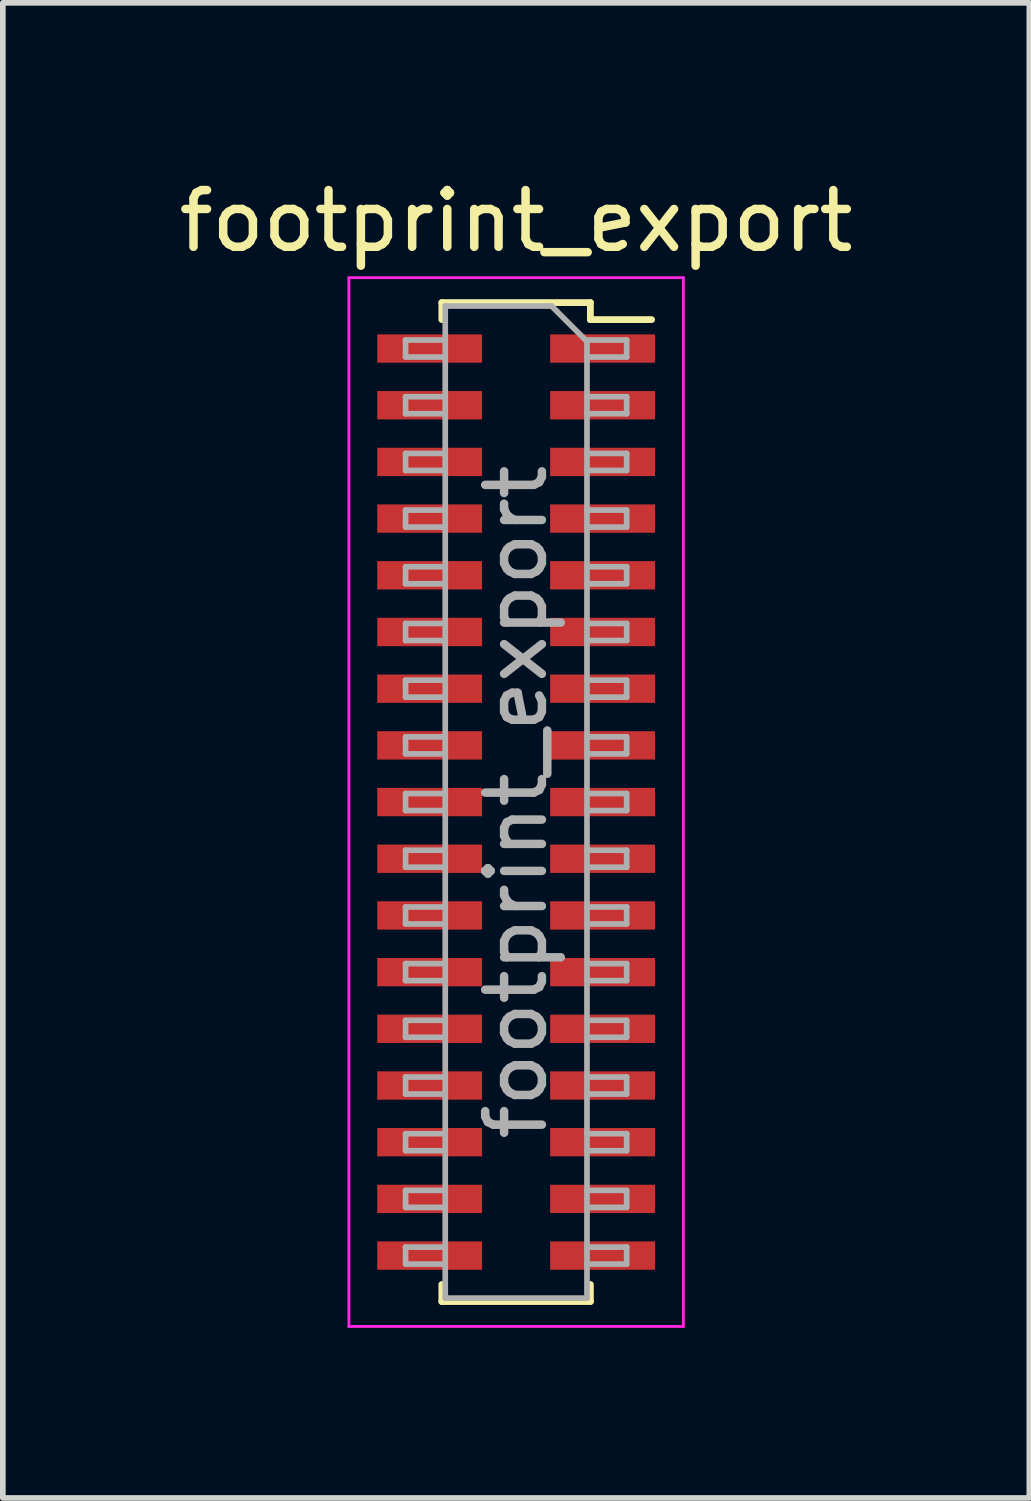
<source format=kicad_pcb>
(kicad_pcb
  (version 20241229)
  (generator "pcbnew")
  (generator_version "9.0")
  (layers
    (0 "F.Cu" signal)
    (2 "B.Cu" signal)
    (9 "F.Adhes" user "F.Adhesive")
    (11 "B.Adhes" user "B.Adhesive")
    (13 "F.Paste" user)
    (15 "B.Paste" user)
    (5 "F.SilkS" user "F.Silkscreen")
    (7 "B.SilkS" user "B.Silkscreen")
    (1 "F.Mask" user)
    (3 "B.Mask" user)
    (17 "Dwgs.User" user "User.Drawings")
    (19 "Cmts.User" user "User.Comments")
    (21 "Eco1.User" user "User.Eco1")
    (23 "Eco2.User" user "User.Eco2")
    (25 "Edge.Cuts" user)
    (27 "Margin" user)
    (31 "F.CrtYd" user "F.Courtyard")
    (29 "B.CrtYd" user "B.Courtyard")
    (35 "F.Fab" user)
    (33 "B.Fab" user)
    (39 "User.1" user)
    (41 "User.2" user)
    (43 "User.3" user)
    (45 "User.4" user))
  (footprint "footprint_export"
    (layer "F.Cu")
    (at 6.054 11.098)
    (property "Reference" "footprint_export" (at 0 -10.25 0) (layer "F.SilkS") (effects (font (size 1 1) (thickness 0.15))))
    (attr smd)
    (fp_line (start -1.31 -8.81) (end -1.31 -8.51) (stroke (width 0.12) (type solid)) (layer "F.SilkS"))
    (fp_line (start -1.31 -8.81) (end 1.31 -8.81) (stroke (width 0.12) (type solid)) (layer "F.SilkS"))
    (fp_line (start -1.31 8.51) (end -1.31 8.81) (stroke (width 0.12) (type solid)) (layer "F.SilkS"))
    (fp_line (start -1.31 8.81) (end 1.31 8.81) (stroke (width 0.12) (type solid)) (layer "F.SilkS"))
    (fp_line (start 1.31 -8.81) (end 1.31 -8.51) (stroke (width 0.12) (type solid)) (layer "F.SilkS"))
    (fp_line (start 1.31 -8.51) (end 2.39 -8.51) (stroke (width 0.12) (type solid)) (layer "F.SilkS"))
    (fp_line (start 1.31 8.51) (end 1.31 8.81) (stroke (width 0.12) (type solid)) (layer "F.SilkS"))
    (fp_line (start -2.95 -9.25) (end 2.95 -9.25) (stroke (width 0.05) (type solid)) (layer "F.CrtYd"))
    (fp_line (start -2.95 9.25) (end -2.95 -9.25) (stroke (width 0.05) (type solid)) (layer "F.CrtYd"))
    (fp_line (start 2.95 -9.25) (end 2.95 9.25) (stroke (width 0.05) (type solid)) (layer "F.CrtYd"))
    (fp_line (start 2.95 9.25) (end -2.95 9.25) (stroke (width 0.05) (type solid)) (layer "F.CrtYd"))
    (fp_line (start -1.95 -8.15) (end -1.25 -8.15) (stroke (width 0.1) (type solid)) (layer "F.Fab"))
    (fp_line (start -1.95 -7.85) (end -1.95 -8.15) (stroke (width 0.1) (type solid)) (layer "F.Fab"))
    (fp_line (start -1.95 -7.15) (end -1.25 -7.15) (stroke (width 0.1) (type solid)) (layer "F.Fab"))
    (fp_line (start -1.95 -6.85) (end -1.95 -7.15) (stroke (width 0.1) (type solid)) (layer "F.Fab"))
    (fp_line (start -1.95 -6.15) (end -1.25 -6.15) (stroke (width 0.1) (type solid)) (layer "F.Fab"))
    (fp_line (start -1.95 -5.85) (end -1.95 -6.15) (stroke (width 0.1) (type solid)) (layer "F.Fab"))
    (fp_line (start -1.95 -5.15) (end -1.25 -5.15) (stroke (width 0.1) (type solid)) (layer "F.Fab"))
    (fp_line (start -1.95 -4.85) (end -1.95 -5.15) (stroke (width 0.1) (type solid)) (layer "F.Fab"))
    (fp_line (start -1.95 -4.15) (end -1.25 -4.15) (stroke (width 0.1) (type solid)) (layer "F.Fab"))
    (fp_line (start -1.95 -3.85) (end -1.95 -4.15) (stroke (width 0.1) (type solid)) (layer "F.Fab"))
    (fp_line (start -1.95 -3.15) (end -1.25 -3.15) (stroke (width 0.1) (type solid)) (layer "F.Fab"))
    (fp_line (start -1.95 -2.85) (end -1.95 -3.15) (stroke (width 0.1) (type solid)) (layer "F.Fab"))
    (fp_line (start -1.95 -2.15) (end -1.25 -2.15) (stroke (width 0.1) (type solid)) (layer "F.Fab"))
    (fp_line (start -1.95 -1.85) (end -1.95 -2.15) (stroke (width 0.1) (type solid)) (layer "F.Fab"))
    (fp_line (start -1.95 -1.15) (end -1.25 -1.15) (stroke (width 0.1) (type solid)) (layer "F.Fab"))
    (fp_line (start -1.95 -0.85) (end -1.95 -1.15) (stroke (width 0.1) (type solid)) (layer "F.Fab"))
    (fp_line (start -1.95 -0.15) (end -1.25 -0.15) (stroke (width 0.1) (type solid)) (layer "F.Fab"))
    (fp_line (start -1.95 0.15) (end -1.95 -0.15) (stroke (width 0.1) (type solid)) (layer "F.Fab"))
    (fp_line (start -1.95 0.85) (end -1.25 0.85) (stroke (width 0.1) (type solid)) (layer "F.Fab"))
    (fp_line (start -1.95 1.15) (end -1.95 0.85) (stroke (width 0.1) (type solid)) (layer "F.Fab"))
    (fp_line (start -1.95 1.85) (end -1.25 1.85) (stroke (width 0.1) (type solid)) (layer "F.Fab"))
    (fp_line (start -1.95 2.15) (end -1.95 1.85) (stroke (width 0.1) (type solid)) (layer "F.Fab"))
    (fp_line (start -1.95 2.85) (end -1.25 2.85) (stroke (width 0.1) (type solid)) (layer "F.Fab"))
    (fp_line (start -1.95 3.15) (end -1.95 2.85) (stroke (width 0.1) (type solid)) (layer "F.Fab"))
    (fp_line (start -1.95 3.85) (end -1.25 3.85) (stroke (width 0.1) (type solid)) (layer "F.Fab"))
    (fp_line (start -1.95 4.15) (end -1.95 3.85) (stroke (width 0.1) (type solid)) (layer "F.Fab"))
    (fp_line (start -1.95 4.85) (end -1.25 4.85) (stroke (width 0.1) (type solid)) (layer "F.Fab"))
    (fp_line (start -1.95 5.15) (end -1.95 4.85) (stroke (width 0.1) (type solid)) (layer "F.Fab"))
    (fp_line (start -1.95 5.85) (end -1.25 5.85) (stroke (width 0.1) (type solid)) (layer "F.Fab"))
    (fp_line (start -1.95 6.15) (end -1.95 5.85) (stroke (width 0.1) (type solid)) (layer "F.Fab"))
    (fp_line (start -1.95 6.85) (end -1.25 6.85) (stroke (width 0.1) (type solid)) (layer "F.Fab"))
    (fp_line (start -1.95 7.15) (end -1.95 6.85) (stroke (width 0.1) (type solid)) (layer "F.Fab"))
    (fp_line (start -1.95 7.85) (end -1.25 7.85) (stroke (width 0.1) (type solid)) (layer "F.Fab"))
    (fp_line (start -1.95 8.15) (end -1.95 7.85) (stroke (width 0.1) (type solid)) (layer "F.Fab"))
    (fp_line (start -1.25 -8.75) (end 0.625 -8.75) (stroke (width 0.1) (type solid)) (layer "F.Fab"))
    (fp_line (start -1.25 -7.85) (end -1.95 -7.85) (stroke (width 0.1) (type solid)) (layer "F.Fab"))
    (fp_line (start -1.25 -6.85) (end -1.95 -6.85) (stroke (width 0.1) (type solid)) (layer "F.Fab"))
    (fp_line (start -1.25 -5.85) (end -1.95 -5.85) (stroke (width 0.1) (type solid)) (layer "F.Fab"))
    (fp_line (start -1.25 -4.85) (end -1.95 -4.85) (stroke (width 0.1) (type solid)) (layer "F.Fab"))
    (fp_line (start -1.25 -3.85) (end -1.95 -3.85) (stroke (width 0.1) (type solid)) (layer "F.Fab"))
    (fp_line (start -1.25 -2.85) (end -1.95 -2.85) (stroke (width 0.1) (type solid)) (layer "F.Fab"))
    (fp_line (start -1.25 -1.85) (end -1.95 -1.85) (stroke (width 0.1) (type solid)) (layer "F.Fab"))
    (fp_line (start -1.25 -0.85) (end -1.95 -0.85) (stroke (width 0.1) (type solid)) (layer "F.Fab"))
    (fp_line (start -1.25 0.15) (end -1.95 0.15) (stroke (width 0.1) (type solid)) (layer "F.Fab"))
    (fp_line (start -1.25 1.15) (end -1.95 1.15) (stroke (width 0.1) (type solid)) (layer "F.Fab"))
    (fp_line (start -1.25 2.15) (end -1.95 2.15) (stroke (width 0.1) (type solid)) (layer "F.Fab"))
    (fp_line (start -1.25 3.15) (end -1.95 3.15) (stroke (width 0.1) (type solid)) (layer "F.Fab"))
    (fp_line (start -1.25 4.15) (end -1.95 4.15) (stroke (width 0.1) (type solid)) (layer "F.Fab"))
    (fp_line (start -1.25 5.15) (end -1.95 5.15) (stroke (width 0.1) (type solid)) (layer "F.Fab"))
    (fp_line (start -1.25 6.15) (end -1.95 6.15) (stroke (width 0.1) (type solid)) (layer "F.Fab"))
    (fp_line (start -1.25 7.15) (end -1.95 7.15) (stroke (width 0.1) (type solid)) (layer "F.Fab"))
    (fp_line (start -1.25 8.15) (end -1.95 8.15) (stroke (width 0.1) (type solid)) (layer "F.Fab"))
    (fp_line (start -1.25 8.75) (end -1.25 -8.75) (stroke (width 0.1) (type solid)) (layer "F.Fab"))
    (fp_line (start 0.625 -8.75) (end 1.25 -8.125) (stroke (width 0.1) (type solid)) (layer "F.Fab"))
    (fp_line (start 1.25 -8.15) (end 1.95 -8.15) (stroke (width 0.1) (type solid)) (layer "F.Fab"))
    (fp_line (start 1.25 -8.125) (end 1.25 8.75) (stroke (width 0.1) (type solid)) (layer "F.Fab"))
    (fp_line (start 1.25 -7.15) (end 1.95 -7.15) (stroke (width 0.1) (type solid)) (layer "F.Fab"))
    (fp_line (start 1.25 -6.15) (end 1.95 -6.15) (stroke (width 0.1) (type solid)) (layer "F.Fab"))
    (fp_line (start 1.25 -5.15) (end 1.95 -5.15) (stroke (width 0.1) (type solid)) (layer "F.Fab"))
    (fp_line (start 1.25 -4.15) (end 1.95 -4.15) (stroke (width 0.1) (type solid)) (layer "F.Fab"))
    (fp_line (start 1.25 -3.15) (end 1.95 -3.15) (stroke (width 0.1) (type solid)) (layer "F.Fab"))
    (fp_line (start 1.25 -2.15) (end 1.95 -2.15) (stroke (width 0.1) (type solid)) (layer "F.Fab"))
    (fp_line (start 1.25 -1.15) (end 1.95 -1.15) (stroke (width 0.1) (type solid)) (layer "F.Fab"))
    (fp_line (start 1.25 -0.15) (end 1.95 -0.15) (stroke (width 0.1) (type solid)) (layer "F.Fab"))
    (fp_line (start 1.25 0.85) (end 1.95 0.85) (stroke (width 0.1) (type solid)) (layer "F.Fab"))
    (fp_line (start 1.25 1.85) (end 1.95 1.85) (stroke (width 0.1) (type solid)) (layer "F.Fab"))
    (fp_line (start 1.25 2.85) (end 1.95 2.85) (stroke (width 0.1) (type solid)) (layer "F.Fab"))
    (fp_line (start 1.25 3.85) (end 1.95 3.85) (stroke (width 0.1) (type solid)) (layer "F.Fab"))
    (fp_line (start 1.25 4.85) (end 1.95 4.85) (stroke (width 0.1) (type solid)) (layer "F.Fab"))
    (fp_line (start 1.25 5.85) (end 1.95 5.85) (stroke (width 0.1) (type solid)) (layer "F.Fab"))
    (fp_line (start 1.25 6.85) (end 1.95 6.85) (stroke (width 0.1) (type solid)) (layer "F.Fab"))
    (fp_line (start 1.25 7.85) (end 1.95 7.85) (stroke (width 0.1) (type solid)) (layer "F.Fab"))
    (fp_line (start 1.25 8.75) (end -1.25 8.75) (stroke (width 0.1) (type solid)) (layer "F.Fab"))
    (fp_line (start 1.95 -8.15) (end 1.95 -7.85) (stroke (width 0.1) (type solid)) (layer "F.Fab"))
    (fp_line (start 1.95 -7.85) (end 1.25 -7.85) (stroke (width 0.1) (type solid)) (layer "F.Fab"))
    (fp_line (start 1.95 -7.15) (end 1.95 -6.85) (stroke (width 0.1) (type solid)) (layer "F.Fab"))
    (fp_line (start 1.95 -6.85) (end 1.25 -6.85) (stroke (width 0.1) (type solid)) (layer "F.Fab"))
    (fp_line (start 1.95 -6.15) (end 1.95 -5.85) (stroke (width 0.1) (type solid)) (layer "F.Fab"))
    (fp_line (start 1.95 -5.85) (end 1.25 -5.85) (stroke (width 0.1) (type solid)) (layer "F.Fab"))
    (fp_line (start 1.95 -5.15) (end 1.95 -4.85) (stroke (width 0.1) (type solid)) (layer "F.Fab"))
    (fp_line (start 1.95 -4.85) (end 1.25 -4.85) (stroke (width 0.1) (type solid)) (layer "F.Fab"))
    (fp_line (start 1.95 -4.15) (end 1.95 -3.85) (stroke (width 0.1) (type solid)) (layer "F.Fab"))
    (fp_line (start 1.95 -3.85) (end 1.25 -3.85) (stroke (width 0.1) (type solid)) (layer "F.Fab"))
    (fp_line (start 1.95 -3.15) (end 1.95 -2.85) (stroke (width 0.1) (type solid)) (layer "F.Fab"))
    (fp_line (start 1.95 -2.85) (end 1.25 -2.85) (stroke (width 0.1) (type solid)) (layer "F.Fab"))
    (fp_line (start 1.95 -2.15) (end 1.95 -1.85) (stroke (width 0.1) (type solid)) (layer "F.Fab"))
    (fp_line (start 1.95 -1.85) (end 1.25 -1.85) (stroke (width 0.1) (type solid)) (layer "F.Fab"))
    (fp_line (start 1.95 -1.15) (end 1.95 -0.85) (stroke (width 0.1) (type solid)) (layer "F.Fab"))
    (fp_line (start 1.95 -0.85) (end 1.25 -0.85) (stroke (width 0.1) (type solid)) (layer "F.Fab"))
    (fp_line (start 1.95 -0.15) (end 1.95 0.15) (stroke (width 0.1) (type solid)) (layer "F.Fab"))
    (fp_line (start 1.95 0.15) (end 1.25 0.15) (stroke (width 0.1) (type solid)) (layer "F.Fab"))
    (fp_line (start 1.95 0.85) (end 1.95 1.15) (stroke (width 0.1) (type solid)) (layer "F.Fab"))
    (fp_line (start 1.95 1.15) (end 1.25 1.15) (stroke (width 0.1) (type solid)) (layer "F.Fab"))
    (fp_line (start 1.95 1.85) (end 1.95 2.15) (stroke (width 0.1) (type solid)) (layer "F.Fab"))
    (fp_line (start 1.95 2.15) (end 1.25 2.15) (stroke (width 0.1) (type solid)) (layer "F.Fab"))
    (fp_line (start 1.95 2.85) (end 1.95 3.15) (stroke (width 0.1) (type solid)) (layer "F.Fab"))
    (fp_line (start 1.95 3.15) (end 1.25 3.15) (stroke (width 0.1) (type solid)) (layer "F.Fab"))
    (fp_line (start 1.95 3.85) (end 1.95 4.15) (stroke (width 0.1) (type solid)) (layer "F.Fab"))
    (fp_line (start 1.95 4.15) (end 1.25 4.15) (stroke (width 0.1) (type solid)) (layer "F.Fab"))
    (fp_line (start 1.95 4.85) (end 1.95 5.15) (stroke (width 0.1) (type solid)) (layer "F.Fab"))
    (fp_line (start 1.95 5.15) (end 1.25 5.15) (stroke (width 0.1) (type solid)) (layer "F.Fab"))
    (fp_line (start 1.95 5.85) (end 1.95 6.15) (stroke (width 0.1) (type solid)) (layer "F.Fab"))
    (fp_line (start 1.95 6.15) (end 1.25 6.15) (stroke (width 0.1) (type solid)) (layer "F.Fab"))
    (fp_line (start 1.95 6.85) (end 1.95 7.15) (stroke (width 0.1) (type solid)) (layer "F.Fab"))
    (fp_line (start 1.95 7.15) (end 1.25 7.15) (stroke (width 0.1) (type solid)) (layer "F.Fab"))
    (fp_line (start 1.95 7.85) (end 1.95 8.15) (stroke (width 0.1) (type solid)) (layer "F.Fab"))
    (fp_line (start 1.95 8.15) (end 1.25 8.15) (stroke (width 0.1) (type solid)) (layer "F.Fab"))
    (fp_text user "${REFERENCE}" (at 0 0 90) (layer "F.Fab") (effects (font (size 1 1) (thickness 0.15))))
    (pad "1" smd rect (at 1.525 -8) (size 1.85 0.5) (layers "F.Cu" "F.Mask" "F.Paste"))
    (pad "2" smd rect (at -1.525 -8) (size 1.85 0.5) (layers "F.Cu" "F.Mask" "F.Paste"))
    (pad "3" smd rect (at 1.525 -7) (size 1.85 0.5) (layers "F.Cu" "F.Mask" "F.Paste"))
    (pad "4" smd rect (at -1.525 -7) (size 1.85 0.5) (layers "F.Cu" "F.Mask" "F.Paste"))
    (pad "5" smd rect (at 1.525 -6) (size 1.85 0.5) (layers "F.Cu" "F.Mask" "F.Paste"))
    (pad "6" smd rect (at -1.525 -6) (size 1.85 0.5) (layers "F.Cu" "F.Mask" "F.Paste"))
    (pad "7" smd rect (at 1.525 -5) (size 1.85 0.5) (layers "F.Cu" "F.Mask" "F.Paste"))
    (pad "8" smd rect (at -1.525 -5) (size 1.85 0.5) (layers "F.Cu" "F.Mask" "F.Paste"))
    (pad "9" smd rect (at 1.525 -4) (size 1.85 0.5) (layers "F.Cu" "F.Mask" "F.Paste"))
    (pad "10" smd rect (at -1.525 -4) (size 1.85 0.5) (layers "F.Cu" "F.Mask" "F.Paste"))
    (pad "11" smd rect (at 1.525 -3) (size 1.85 0.5) (layers "F.Cu" "F.Mask" "F.Paste"))
    (pad "12" smd rect (at -1.525 -3) (size 1.85 0.5) (layers "F.Cu" "F.Mask" "F.Paste"))
    (pad "13" smd rect (at 1.525 -2) (size 1.85 0.5) (layers "F.Cu" "F.Mask" "F.Paste"))
    (pad "14" smd rect (at -1.525 -2) (size 1.85 0.5) (layers "F.Cu" "F.Mask" "F.Paste"))
    (pad "15" smd rect (at 1.525 -1) (size 1.85 0.5) (layers "F.Cu" "F.Mask" "F.Paste"))
    (pad "16" smd rect (at -1.525 -1) (size 1.85 0.5) (layers "F.Cu" "F.Mask" "F.Paste"))
    (pad "17" smd rect (at 1.525 0) (size 1.85 0.5) (layers "F.Cu" "F.Mask" "F.Paste"))
    (pad "18" smd rect (at -1.525 0) (size 1.85 0.5) (layers "F.Cu" "F.Mask" "F.Paste"))
    (pad "19" smd rect (at 1.525 1) (size 1.85 0.5) (layers "F.Cu" "F.Mask" "F.Paste"))
    (pad "20" smd rect (at -1.525 1) (size 1.85 0.5) (layers "F.Cu" "F.Mask" "F.Paste"))
    (pad "21" smd rect (at 1.525 2) (size 1.85 0.5) (layers "F.Cu" "F.Mask" "F.Paste"))
    (pad "22" smd rect (at -1.525 2) (size 1.85 0.5) (layers "F.Cu" "F.Mask" "F.Paste"))
    (pad "23" smd rect (at 1.525 3) (size 1.85 0.5) (layers "F.Cu" "F.Mask" "F.Paste"))
    (pad "24" smd rect (at -1.525 3) (size 1.85 0.5) (layers "F.Cu" "F.Mask" "F.Paste"))
    (pad "25" smd rect (at 1.525 4) (size 1.85 0.5) (layers "F.Cu" "F.Mask" "F.Paste"))
    (pad "26" smd rect (at -1.525 4) (size 1.85 0.5) (layers "F.Cu" "F.Mask" "F.Paste"))
    (pad "27" smd rect (at 1.525 5) (size 1.85 0.5) (layers "F.Cu" "F.Mask" "F.Paste"))
    (pad "28" smd rect (at -1.525 5) (size 1.85 0.5) (layers "F.Cu" "F.Mask" "F.Paste"))
    (pad "29" smd rect (at 1.525 6) (size 1.85 0.5) (layers "F.Cu" "F.Mask" "F.Paste"))
    (pad "30" smd rect (at -1.525 6) (size 1.85 0.5) (layers "F.Cu" "F.Mask" "F.Paste"))
    (pad "31" smd rect (at 1.525 7) (size 1.85 0.5) (layers "F.Cu" "F.Mask" "F.Paste"))
    (pad "32" smd rect (at -1.525 7) (size 1.85 0.5) (layers "F.Cu" "F.Mask" "F.Paste"))
    (pad "33" smd rect (at 1.525 8) (size 1.85 0.5) (layers "F.Cu" "F.Mask" "F.Paste"))
    (pad "34" smd rect (at -1.525 8) (size 1.85 0.5) (layers "F.Cu" "F.Mask" "F.Paste")))
  (gr_rect
    (start -3 -3)
    (end 15.107 23.373)
    (stroke (width 0.1) (type default))
    (fill no)
    (layer "Edge.Cuts")))
</source>
